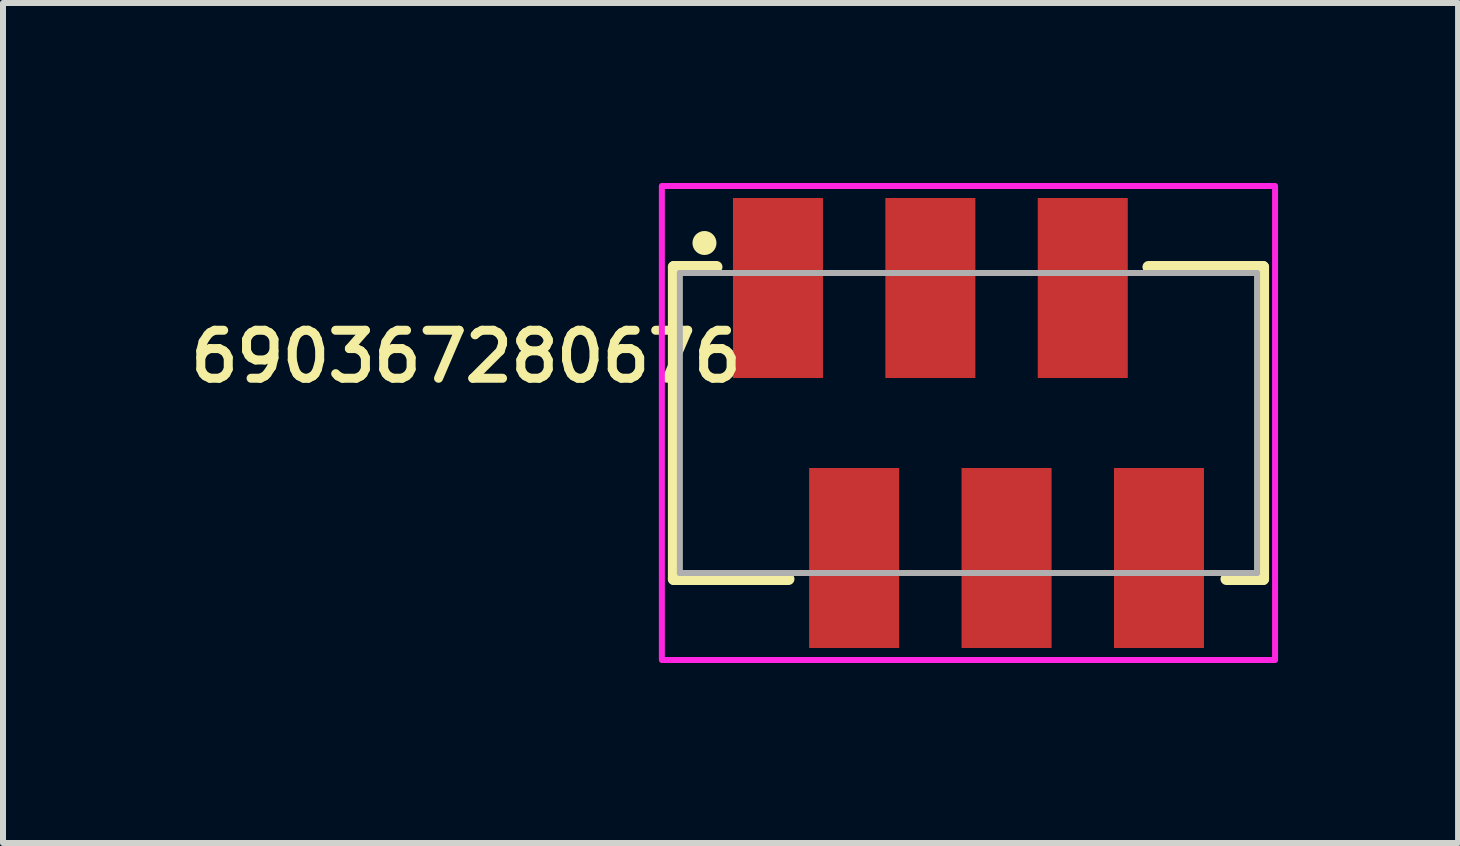
<source format=kicad_pcb>
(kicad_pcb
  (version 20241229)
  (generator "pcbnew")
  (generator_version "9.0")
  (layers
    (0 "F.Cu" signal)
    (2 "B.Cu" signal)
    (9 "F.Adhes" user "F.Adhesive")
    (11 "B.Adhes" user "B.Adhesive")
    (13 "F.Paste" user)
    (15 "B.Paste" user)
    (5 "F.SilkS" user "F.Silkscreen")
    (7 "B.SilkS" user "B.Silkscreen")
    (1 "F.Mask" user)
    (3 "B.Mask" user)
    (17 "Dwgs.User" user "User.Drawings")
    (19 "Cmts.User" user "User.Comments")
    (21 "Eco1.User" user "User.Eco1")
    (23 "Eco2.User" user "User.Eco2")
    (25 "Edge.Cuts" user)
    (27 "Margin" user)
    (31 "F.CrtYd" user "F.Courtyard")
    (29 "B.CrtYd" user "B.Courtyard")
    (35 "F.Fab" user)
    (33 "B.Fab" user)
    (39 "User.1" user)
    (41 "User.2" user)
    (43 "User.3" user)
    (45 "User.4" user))
  (footprint "690367280676"
    (layer "F.Cu")
    (at 13.091 4)
    (property "Reference" "690367280676" (at -8.375 -1.108 0) (layer "F.SilkS") (effects (font (size 0.8 0.8) (thickness 0.15))))
    (attr through_hole)
    (fp_line (start -4.91 -2.6) (end -4.91 2.6) (stroke (width 0.2) (type solid)) (layer "F.SilkS"))
    (fp_line (start -4.91 2.6) (end -3 2.6) (stroke (width 0.2) (type solid)) (layer "F.SilkS"))
    (fp_line (start -4.2 -2.6) (end -4.91 -2.6) (stroke (width 0.2) (type solid)) (layer "F.SilkS"))
    (fp_line (start 3 -2.6) (end 4.91 -2.6) (stroke (width 0.2) (type solid)) (layer "F.SilkS"))
    (fp_line (start 4.91 -2.6) (end 4.91 2.6) (stroke (width 0.2) (type solid)) (layer "F.SilkS"))
    (fp_line (start 4.91 2.6) (end 4.3 2.6) (stroke (width 0.2) (type solid)) (layer "F.SilkS"))
    (fp_circle (center -4.4 -3) (end -4.3 -3) (stroke (width 0.2) (type solid)) (fill no) (layer "F.SilkS"))
    (fp_poly (pts (xy -5.11 -3.95) (xy 5.11 -3.95) (xy 5.11 3.95) (xy -5.11 3.95)) (stroke (width 0.1) (type solid)) (fill no) (layer "F.CrtYd"))
    (fp_line (start -4.81 -2.5) (end -4.81 2.5) (stroke (width 0.1) (type solid)) (layer "F.Fab"))
    (fp_line (start -4.81 -2.5) (end 4.81 -2.5) (stroke (width 0.1) (type solid)) (layer "F.Fab"))
    (fp_line (start -4.81 2.5) (end 4.81 2.5) (stroke (width 0.1) (type solid)) (layer "F.Fab"))
    (fp_line (start 4.81 2.5) (end 4.81 -2.5) (stroke (width 0.1) (type solid)) (layer "F.Fab"))
    (pad "1" smd rect (at -3.175 -2.25) (size 1.5 3) (layers "F.Cu" "F.Mask" "F.Paste"))
    (pad "2" smd rect (at -1.905 2.25) (size 1.5 3) (layers "F.Cu" "F.Mask" "F.Paste"))
    (pad "3" smd rect (at -0.635 -2.25) (size 1.5 3) (layers "F.Cu" "F.Mask" "F.Paste"))
    (pad "4" smd rect (at 0.635 2.25) (size 1.5 3) (layers "F.Cu" "F.Mask" "F.Paste"))
    (pad "5" smd rect (at 1.905 -2.25) (size 1.5 3) (layers "F.Cu" "F.Mask" "F.Paste"))
    (pad "6" smd rect (at 3.175 2.25) (size 1.5 3) (layers "F.Cu" "F.Mask" "F.Paste")))
  (gr_rect
    (start -3 -3)
    (end 21.251 11)
    (stroke (width 0.1) (type default))
    (fill no)
    (layer "Edge.Cuts")))
</source>
